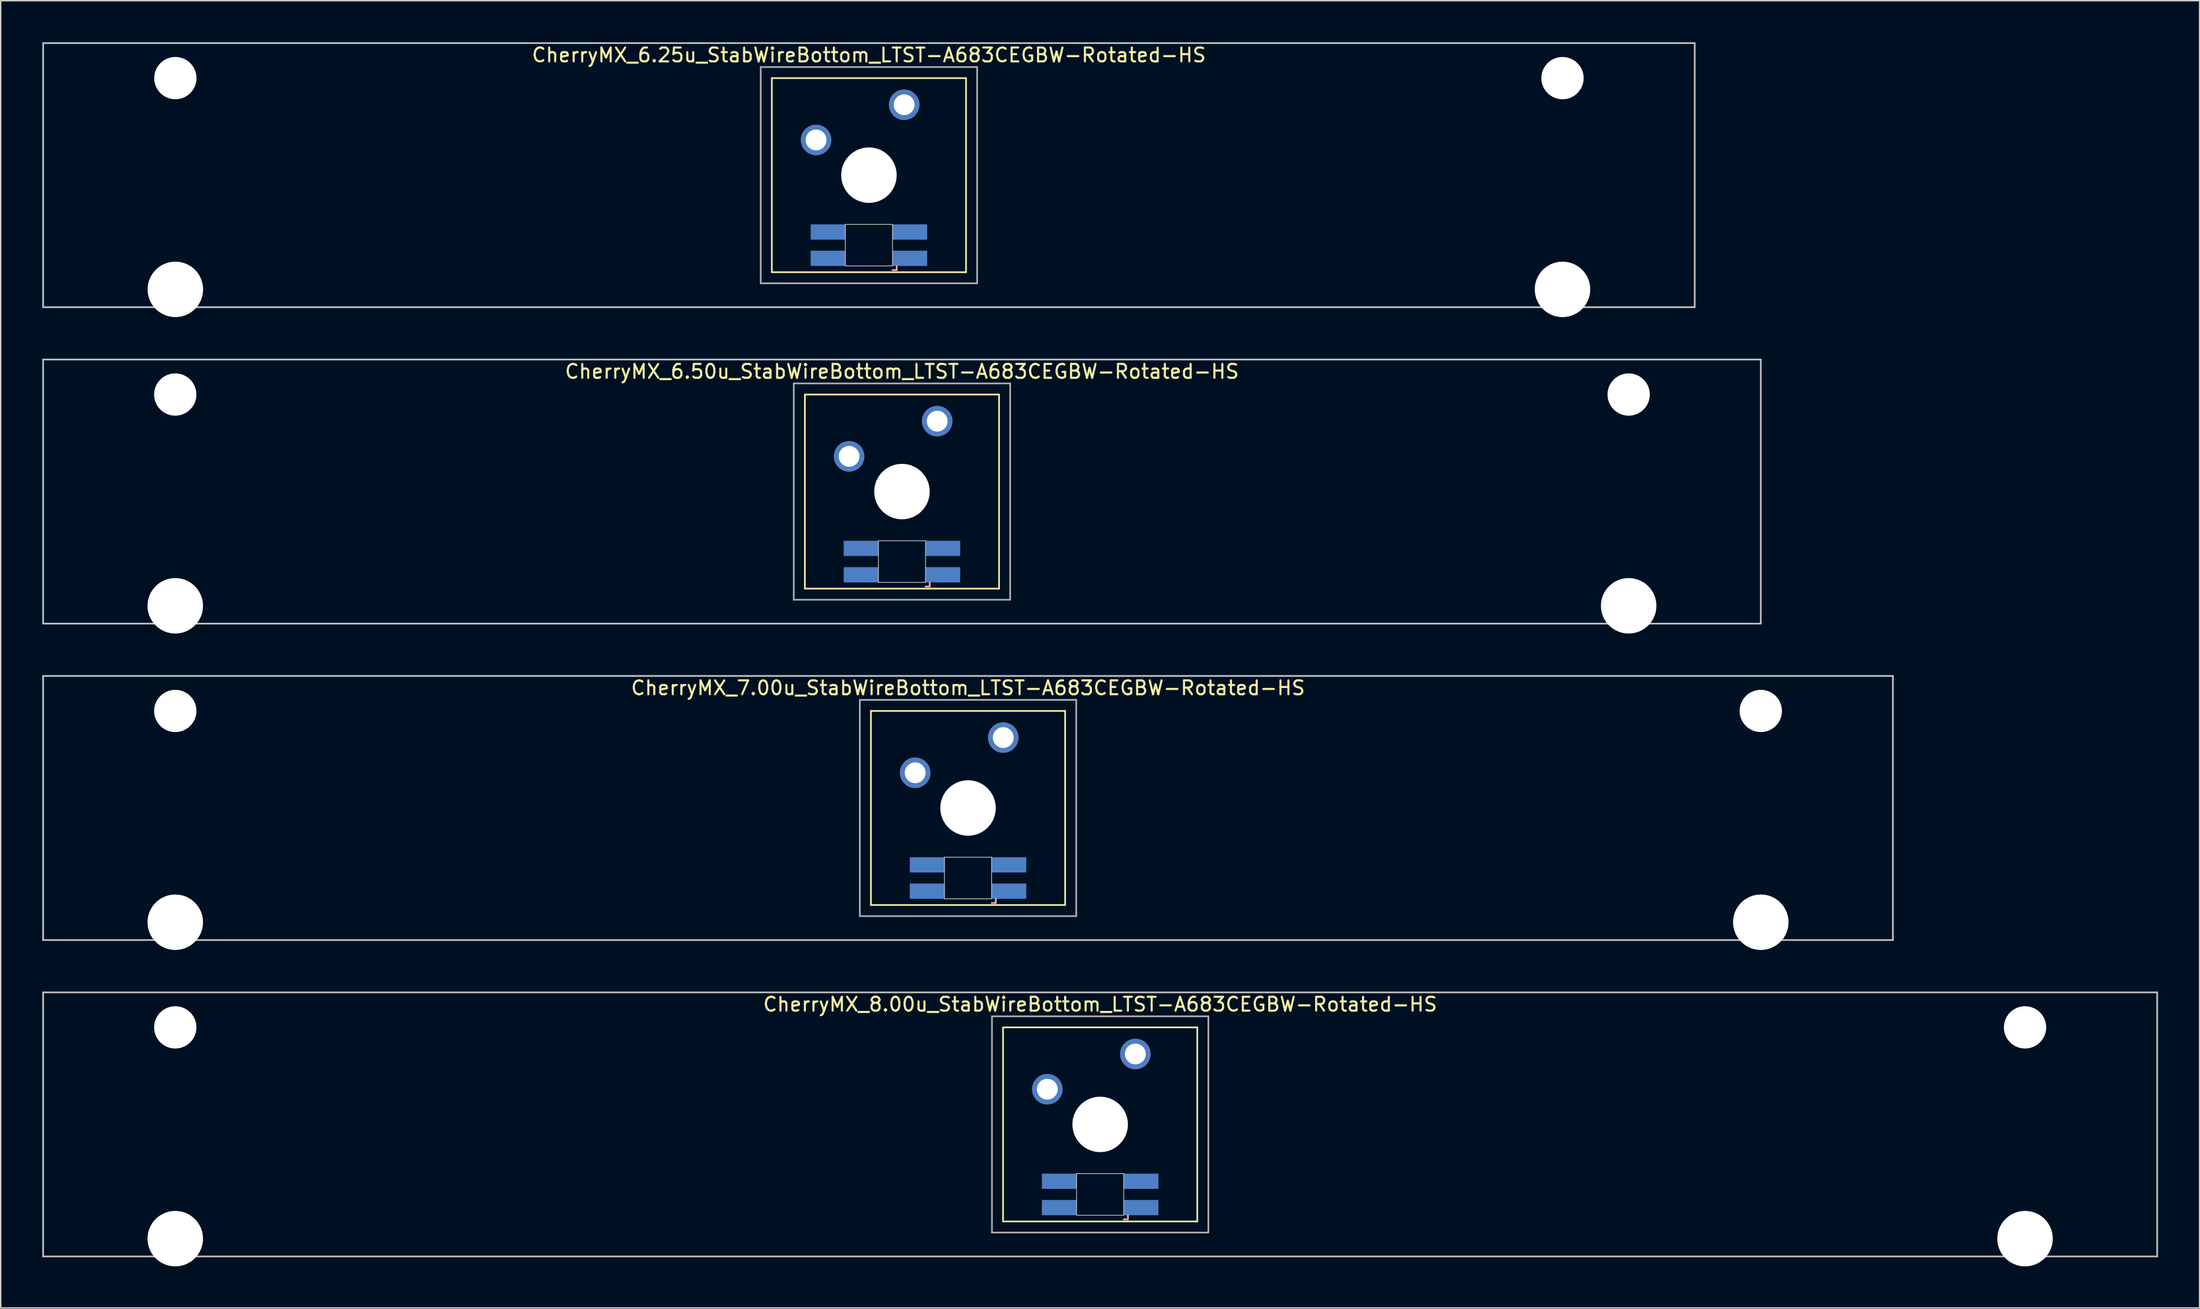
<source format=kicad_pcb>
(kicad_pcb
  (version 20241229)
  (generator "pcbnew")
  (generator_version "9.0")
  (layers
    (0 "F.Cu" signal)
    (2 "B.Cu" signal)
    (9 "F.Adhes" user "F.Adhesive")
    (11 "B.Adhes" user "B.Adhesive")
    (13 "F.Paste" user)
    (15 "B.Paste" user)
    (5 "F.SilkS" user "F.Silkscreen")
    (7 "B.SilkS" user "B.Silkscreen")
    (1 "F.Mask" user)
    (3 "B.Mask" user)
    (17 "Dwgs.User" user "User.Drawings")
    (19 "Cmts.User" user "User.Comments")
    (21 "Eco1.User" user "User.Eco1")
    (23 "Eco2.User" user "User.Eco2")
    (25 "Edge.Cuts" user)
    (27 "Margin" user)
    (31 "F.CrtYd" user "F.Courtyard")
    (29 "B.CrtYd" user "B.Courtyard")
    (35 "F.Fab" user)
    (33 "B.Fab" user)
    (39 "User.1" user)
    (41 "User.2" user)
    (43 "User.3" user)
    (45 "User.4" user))
  (footprint "CherryMX_6.50u_StabWireBottom_LTST-A683CEGBW-Rotated-HS"
    (layer "F.Cu")
    (at 61.972 32.41)
    (property "Reference" "CherryMX_6.50u_StabWireBottom_LTST-A683CEGBW-Rotated-HS" (at 0 -8.662 0) (layer "F.SilkS") (effects (font (size 1 1) (thickness 0.15))))
    (attr through_hole)
    (fp_line (start -7 -7) (end -7 7) (stroke (width 0.12) (type solid)) (layer "F.SilkS"))
    (fp_line (start -7 -7) (end 7 -7) (stroke (width 0.12) (type solid)) (layer "F.SilkS"))
    (fp_line (start 7 -7) (end 7 7) (stroke (width 0.12) (type solid)) (layer "F.SilkS"))
    (fp_line (start 7 7) (end -7 7) (stroke (width 0.12) (type solid)) (layer "F.SilkS"))
    (fp_line (start 1.7 6.85) (end 2 6.85) (stroke (width 0.12) (type solid)) (layer "B.SilkS"))
    (fp_line (start 2 6.85) (end 2 6.55) (stroke (width 0.12) (type solid)) (layer "B.SilkS"))
    (fp_line (start -61.913 -9.525) (end 61.913 -9.525) (stroke (width 0.12) (type solid)) (layer "Dwgs.User"))
    (fp_line (start -61.913 9.525) (end -61.913 -9.525) (stroke (width 0.12) (type solid)) (layer "Dwgs.User"))
    (fp_line (start 61.913 -9.525) (end 61.913 9.525) (stroke (width 0.12) (type solid)) (layer "Dwgs.User"))
    (fp_line (start 61.913 9.525) (end -61.913 9.525) (stroke (width 0.12) (type solid)) (layer "Dwgs.User"))
    (fp_line (start -1.7 3.55) (end 1.7 3.55) (stroke (width 0.05) (type solid)) (layer "Edge.Cuts"))
    (fp_line (start -1.7 6.55) (end -1.7 3.55) (stroke (width 0.05) (type solid)) (layer "Edge.Cuts"))
    (fp_line (start 1.7 3.55) (end 1.7 6.55) (stroke (width 0.05) (type solid)) (layer "Edge.Cuts"))
    (fp_line (start 1.7 6.55) (end -1.7 6.55) (stroke (width 0.05) (type solid)) (layer "Edge.Cuts"))
    (fp_line (start -7.8 -7.8) (end -7.8 7.8) (stroke (width 0.12) (type solid)) (layer "F.Fab"))
    (fp_line (start -7.8 -7.8) (end 7.8 -7.8) (stroke (width 0.12) (type solid)) (layer "F.Fab"))
    (fp_line (start -7.8 7.8) (end 7.8 7.8) (stroke (width 0.12) (type solid)) (layer "F.Fab"))
    (fp_line (start 7.8 -7.8) (end 7.8 7.8) (stroke (width 0.12) (type solid)) (layer "F.Fab"))
    (pad "" np_thru_hole circle (at -52.388 -7) (size 3.05 3.05) (drill 3.05) (layers "*.Cu" "*.Mask"))
    (pad "" np_thru_hole circle (at -52.388 8.24) (size 4 4) (drill 4) (layers "*.Cu" "*.Mask"))
    (pad "" np_thru_hole circle (at 0 0) (size 4 4) (drill 4) (layers "*.Cu" "*.Mask"))
    (pad "" np_thru_hole circle (at 52.388 -7) (size 3.05 3.05) (drill 3.05) (layers "*.Cu" "*.Mask"))
    (pad "" np_thru_hole circle (at 52.388 8.24) (size 4 4) (drill 4) (layers "*.Cu" "*.Mask"))
    (pad "1" thru_hole circle (at -3.81 -2.54) (size 2.2 2.2) (drill 1.5) (layers "*.Cu" "*.Mask"))
    (pad "2" thru_hole circle (at 2.54 -5.08) (size 2.2 2.2) (drill 1.5) (layers "*.Cu" "*.Mask"))
    (pad "3" smd rect (at 2.95 6) (size 2.5 1.1) (layers "B.Cu" "B.Mask" "B.Paste"))
    (pad "4" smd rect (at 2.95 4.1) (size 2.5 1.1) (layers "B.Cu" "B.Mask" "B.Paste"))
    (pad "5" smd rect (at -2.95 6) (size 2.5 1.1) (layers "B.Cu" "B.Mask" "B.Paste"))
    (pad "6" smd rect (at -2.95 4.1) (size 2.5 1.1) (layers "B.Cu" "B.Mask" "B.Paste")))
  (footprint "CherryMX_6.25u_StabWireBottom_LTST-A683CEGBW-Rotated-HS"
    (layer "F.Cu")
    (at 59.591 9.585)
    (property "Reference" "CherryMX_6.25u_StabWireBottom_LTST-A683CEGBW-Rotated-HS" (at 0 -8.662 0) (layer "F.SilkS") (effects (font (size 1 1) (thickness 0.15))))
    (attr through_hole)
    (fp_line (start -7 -7) (end -7 7) (stroke (width 0.12) (type solid)) (layer "F.SilkS"))
    (fp_line (start -7 -7) (end 7 -7) (stroke (width 0.12) (type solid)) (layer "F.SilkS"))
    (fp_line (start 7 -7) (end 7 7) (stroke (width 0.12) (type solid)) (layer "F.SilkS"))
    (fp_line (start 7 7) (end -7 7) (stroke (width 0.12) (type solid)) (layer "F.SilkS"))
    (fp_line (start 1.7 6.85) (end 2 6.85) (stroke (width 0.12) (type solid)) (layer "B.SilkS"))
    (fp_line (start 2 6.85) (end 2 6.55) (stroke (width 0.12) (type solid)) (layer "B.SilkS"))
    (fp_line (start -59.531 -9.525) (end 59.531 -9.525) (stroke (width 0.12) (type solid)) (layer "Dwgs.User"))
    (fp_line (start -59.531 9.525) (end -59.531 -9.525) (stroke (width 0.12) (type solid)) (layer "Dwgs.User"))
    (fp_line (start 59.531 -9.525) (end 59.531 9.525) (stroke (width 0.12) (type solid)) (layer "Dwgs.User"))
    (fp_line (start 59.531 9.525) (end -59.531 9.525) (stroke (width 0.12) (type solid)) (layer "Dwgs.User"))
    (fp_line (start -1.7 3.55) (end 1.7 3.55) (stroke (width 0.05) (type solid)) (layer "Edge.Cuts"))
    (fp_line (start -1.7 6.55) (end -1.7 3.55) (stroke (width 0.05) (type solid)) (layer "Edge.Cuts"))
    (fp_line (start 1.7 3.55) (end 1.7 6.55) (stroke (width 0.05) (type solid)) (layer "Edge.Cuts"))
    (fp_line (start 1.7 6.55) (end -1.7 6.55) (stroke (width 0.05) (type solid)) (layer "Edge.Cuts"))
    (fp_line (start -7.8 -7.8) (end -7.8 7.8) (stroke (width 0.12) (type solid)) (layer "F.Fab"))
    (fp_line (start -7.8 -7.8) (end 7.8 -7.8) (stroke (width 0.12) (type solid)) (layer "F.Fab"))
    (fp_line (start -7.8 7.8) (end 7.8 7.8) (stroke (width 0.12) (type solid)) (layer "F.Fab"))
    (fp_line (start 7.8 -7.8) (end 7.8 7.8) (stroke (width 0.12) (type solid)) (layer "F.Fab"))
    (pad "" np_thru_hole circle (at -50 -7) (size 3.05 3.05) (drill 3.05) (layers "*.Cu" "*.Mask"))
    (pad "" np_thru_hole circle (at -50 8.24) (size 4 4) (drill 4) (layers "*.Cu" "*.Mask"))
    (pad "" np_thru_hole circle (at 0 0) (size 4 4) (drill 4) (layers "*.Cu" "*.Mask"))
    (pad "" np_thru_hole circle (at 50 -7) (size 3.05 3.05) (drill 3.05) (layers "*.Cu" "*.Mask"))
    (pad "" np_thru_hole circle (at 50 8.24) (size 4 4) (drill 4) (layers "*.Cu" "*.Mask"))
    (pad "1" thru_hole circle (at -3.81 -2.54) (size 2.2 2.2) (drill 1.5) (layers "*.Cu" "*.Mask"))
    (pad "2" thru_hole circle (at 2.54 -5.08) (size 2.2 2.2) (drill 1.5) (layers "*.Cu" "*.Mask"))
    (pad "3" smd rect (at 2.95 6) (size 2.5 1.1) (layers "B.Cu" "B.Mask" "B.Paste"))
    (pad "4" smd rect (at 2.95 4.1) (size 2.5 1.1) (layers "B.Cu" "B.Mask" "B.Paste"))
    (pad "5" smd rect (at -2.95 6) (size 2.5 1.1) (layers "B.Cu" "B.Mask" "B.Paste"))
    (pad "6" smd rect (at -2.95 4.1) (size 2.5 1.1) (layers "B.Cu" "B.Mask" "B.Paste")))
  (footprint "CherryMX_8.00u_StabWireBottom_LTST-A683CEGBW-Rotated-HS"
    (layer "F.Cu")
    (at 76.26 78.06)
    (property "Reference" "CherryMX_8.00u_StabWireBottom_LTST-A683CEGBW-Rotated-HS" (at 0 -8.662 0) (layer "F.SilkS") (effects (font (size 1 1) (thickness 0.15))))
    (attr through_hole)
    (fp_line (start -7 -7) (end -7 7) (stroke (width 0.12) (type solid)) (layer "F.SilkS"))
    (fp_line (start -7 -7) (end 7 -7) (stroke (width 0.12) (type solid)) (layer "F.SilkS"))
    (fp_line (start 7 -7) (end 7 7) (stroke (width 0.12) (type solid)) (layer "F.SilkS"))
    (fp_line (start 7 7) (end -7 7) (stroke (width 0.12) (type solid)) (layer "F.SilkS"))
    (fp_line (start 1.7 6.85) (end 2 6.85) (stroke (width 0.12) (type solid)) (layer "B.SilkS"))
    (fp_line (start 2 6.85) (end 2 6.55) (stroke (width 0.12) (type solid)) (layer "B.SilkS"))
    (fp_line (start -76.2 -9.525) (end 76.2 -9.525) (stroke (width 0.12) (type solid)) (layer "Dwgs.User"))
    (fp_line (start -76.2 9.525) (end -76.2 -9.525) (stroke (width 0.12) (type solid)) (layer "Dwgs.User"))
    (fp_line (start 76.2 -9.525) (end 76.2 9.525) (stroke (width 0.12) (type solid)) (layer "Dwgs.User"))
    (fp_line (start 76.2 9.525) (end -76.2 9.525) (stroke (width 0.12) (type solid)) (layer "Dwgs.User"))
    (fp_line (start -1.7 3.55) (end 1.7 3.55) (stroke (width 0.05) (type solid)) (layer "Edge.Cuts"))
    (fp_line (start -1.7 6.55) (end -1.7 3.55) (stroke (width 0.05) (type solid)) (layer "Edge.Cuts"))
    (fp_line (start 1.7 3.55) (end 1.7 6.55) (stroke (width 0.05) (type solid)) (layer "Edge.Cuts"))
    (fp_line (start 1.7 6.55) (end -1.7 6.55) (stroke (width 0.05) (type solid)) (layer "Edge.Cuts"))
    (fp_line (start -7.8 -7.8) (end -7.8 7.8) (stroke (width 0.12) (type solid)) (layer "F.Fab"))
    (fp_line (start -7.8 -7.8) (end 7.8 -7.8) (stroke (width 0.12) (type solid)) (layer "F.Fab"))
    (fp_line (start -7.8 7.8) (end 7.8 7.8) (stroke (width 0.12) (type solid)) (layer "F.Fab"))
    (fp_line (start 7.8 -7.8) (end 7.8 7.8) (stroke (width 0.12) (type solid)) (layer "F.Fab"))
    (pad "" np_thru_hole circle (at -66.675 -7) (size 3.05 3.05) (drill 3.05) (layers "*.Cu" "*.Mask"))
    (pad "" np_thru_hole circle (at -66.675 8.24) (size 4 4) (drill 4) (layers "*.Cu" "*.Mask"))
    (pad "" np_thru_hole circle (at 0 0) (size 4 4) (drill 4) (layers "*.Cu" "*.Mask"))
    (pad "" np_thru_hole circle (at 66.675 -7) (size 3.05 3.05) (drill 3.05) (layers "*.Cu" "*.Mask"))
    (pad "" np_thru_hole circle (at 66.675 8.24) (size 4 4) (drill 4) (layers "*.Cu" "*.Mask"))
    (pad "1" thru_hole circle (at -3.81 -2.54) (size 2.2 2.2) (drill 1.5) (layers "*.Cu" "*.Mask"))
    (pad "2" thru_hole circle (at 2.54 -5.08) (size 2.2 2.2) (drill 1.5) (layers "*.Cu" "*.Mask"))
    (pad "3" smd rect (at 2.95 6) (size 2.5 1.1) (layers "B.Cu" "B.Mask" "B.Paste"))
    (pad "4" smd rect (at 2.95 4.1) (size 2.5 1.1) (layers "B.Cu" "B.Mask" "B.Paste"))
    (pad "5" smd rect (at -2.95 6) (size 2.5 1.1) (layers "B.Cu" "B.Mask" "B.Paste"))
    (pad "6" smd rect (at -2.95 4.1) (size 2.5 1.1) (layers "B.Cu" "B.Mask" "B.Paste")))
  (footprint "CherryMX_7.00u_StabWireBottom_LTST-A683CEGBW-Rotated-HS"
    (layer "F.Cu")
    (at 66.735 55.235)
    (property "Reference" "CherryMX_7.00u_StabWireBottom_LTST-A683CEGBW-Rotated-HS" (at 0 -8.662 0) (layer "F.SilkS") (effects (font (size 1 1) (thickness 0.15))))
    (attr through_hole)
    (fp_line (start -7 -7) (end -7 7) (stroke (width 0.12) (type solid)) (layer "F.SilkS"))
    (fp_line (start -7 -7) (end 7 -7) (stroke (width 0.12) (type solid)) (layer "F.SilkS"))
    (fp_line (start 7 -7) (end 7 7) (stroke (width 0.12) (type solid)) (layer "F.SilkS"))
    (fp_line (start 7 7) (end -7 7) (stroke (width 0.12) (type solid)) (layer "F.SilkS"))
    (fp_line (start 1.7 6.85) (end 2 6.85) (stroke (width 0.12) (type solid)) (layer "B.SilkS"))
    (fp_line (start 2 6.85) (end 2 6.55) (stroke (width 0.12) (type solid)) (layer "B.SilkS"))
    (fp_line (start -66.675 -9.525) (end 66.675 -9.525) (stroke (width 0.12) (type solid)) (layer "Dwgs.User"))
    (fp_line (start -66.675 9.525) (end -66.675 -9.525) (stroke (width 0.12) (type solid)) (layer "Dwgs.User"))
    (fp_line (start 66.675 -9.525) (end 66.675 9.525) (stroke (width 0.12) (type solid)) (layer "Dwgs.User"))
    (fp_line (start 66.675 9.525) (end -66.675 9.525) (stroke (width 0.12) (type solid)) (layer "Dwgs.User"))
    (fp_line (start -1.7 3.55) (end 1.7 3.55) (stroke (width 0.05) (type solid)) (layer "Edge.Cuts"))
    (fp_line (start -1.7 6.55) (end -1.7 3.55) (stroke (width 0.05) (type solid)) (layer "Edge.Cuts"))
    (fp_line (start 1.7 3.55) (end 1.7 6.55) (stroke (width 0.05) (type solid)) (layer "Edge.Cuts"))
    (fp_line (start 1.7 6.55) (end -1.7 6.55) (stroke (width 0.05) (type solid)) (layer "Edge.Cuts"))
    (fp_line (start -7.8 -7.8) (end -7.8 7.8) (stroke (width 0.12) (type solid)) (layer "F.Fab"))
    (fp_line (start -7.8 -7.8) (end 7.8 -7.8) (stroke (width 0.12) (type solid)) (layer "F.Fab"))
    (fp_line (start -7.8 7.8) (end 7.8 7.8) (stroke (width 0.12) (type solid)) (layer "F.Fab"))
    (fp_line (start 7.8 -7.8) (end 7.8 7.8) (stroke (width 0.12) (type solid)) (layer "F.Fab"))
    (pad "" np_thru_hole circle (at -57.15 -7) (size 3.05 3.05) (drill 3.05) (layers "*.Cu" "*.Mask"))
    (pad "" np_thru_hole circle (at -57.15 8.24) (size 4 4) (drill 4) (layers "*.Cu" "*.Mask"))
    (pad "" np_thru_hole circle (at 0 0) (size 4 4) (drill 4) (layers "*.Cu" "*.Mask"))
    (pad "" np_thru_hole circle (at 57.15 -7) (size 3.05 3.05) (drill 3.05) (layers "*.Cu" "*.Mask"))
    (pad "" np_thru_hole circle (at 57.15 8.24) (size 4 4) (drill 4) (layers "*.Cu" "*.Mask"))
    (pad "1" thru_hole circle (at -3.81 -2.54) (size 2.2 2.2) (drill 1.5) (layers "*.Cu" "*.Mask"))
    (pad "2" thru_hole circle (at 2.54 -5.08) (size 2.2 2.2) (drill 1.5) (layers "*.Cu" "*.Mask"))
    (pad "3" smd rect (at 2.95 6) (size 2.5 1.1) (layers "B.Cu" "B.Mask" "B.Paste"))
    (pad "4" smd rect (at 2.95 4.1) (size 2.5 1.1) (layers "B.Cu" "B.Mask" "B.Paste"))
    (pad "5" smd rect (at -2.95 6) (size 2.5 1.1) (layers "B.Cu" "B.Mask" "B.Paste"))
    (pad "6" smd rect (at -2.95 4.1) (size 2.5 1.1) (layers "B.Cu" "B.Mask" "B.Paste")))
  (gr_rect
    (start -3 -3)
    (end 155.52 91.3)
    (stroke (width 0.1) (type default))
    (fill no)
    (layer "Edge.Cuts")))
</source>
